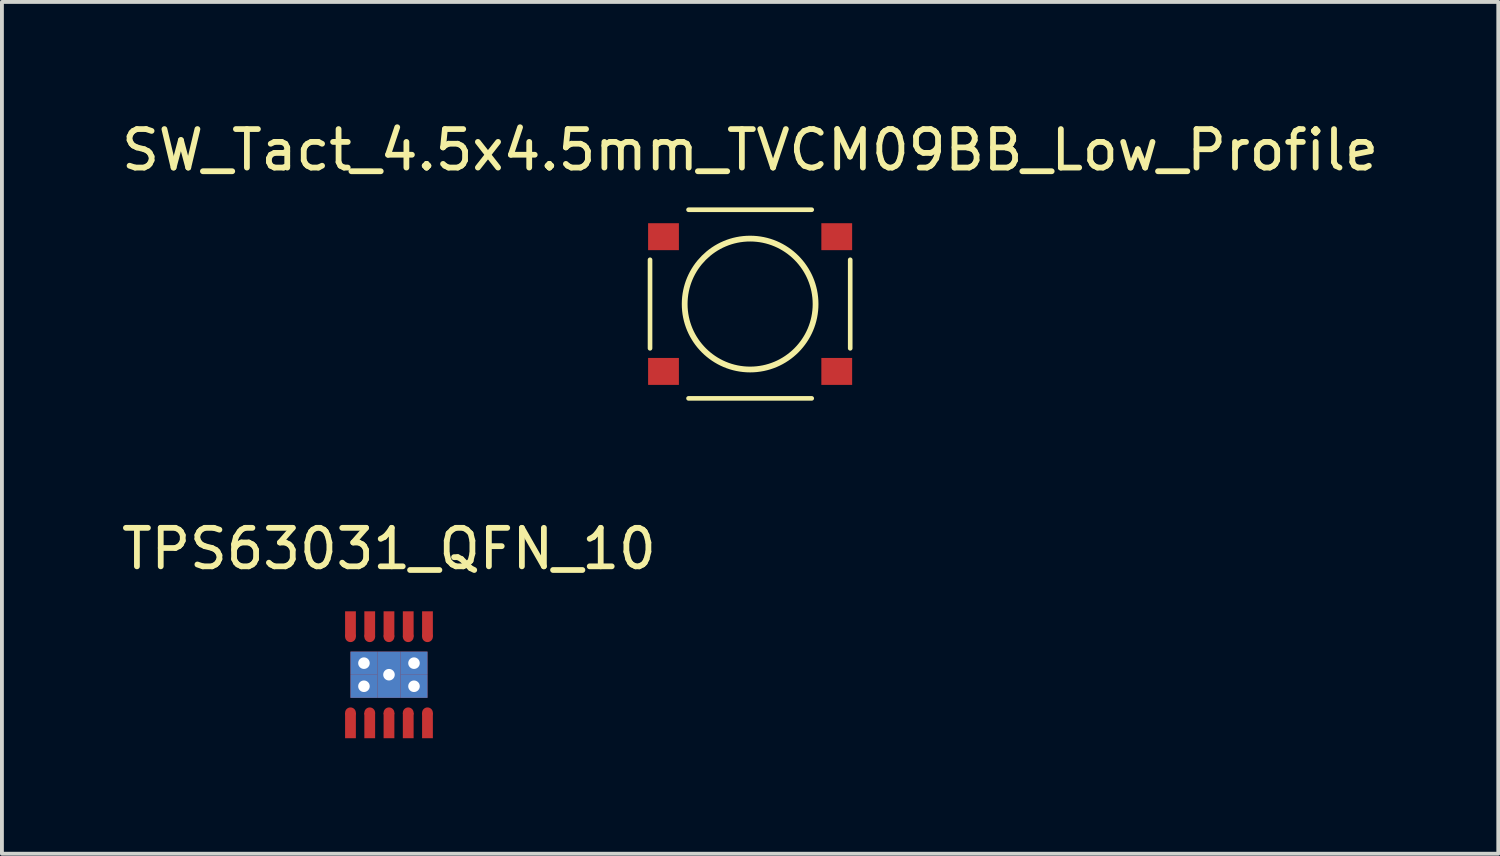
<source format=kicad_pcb>
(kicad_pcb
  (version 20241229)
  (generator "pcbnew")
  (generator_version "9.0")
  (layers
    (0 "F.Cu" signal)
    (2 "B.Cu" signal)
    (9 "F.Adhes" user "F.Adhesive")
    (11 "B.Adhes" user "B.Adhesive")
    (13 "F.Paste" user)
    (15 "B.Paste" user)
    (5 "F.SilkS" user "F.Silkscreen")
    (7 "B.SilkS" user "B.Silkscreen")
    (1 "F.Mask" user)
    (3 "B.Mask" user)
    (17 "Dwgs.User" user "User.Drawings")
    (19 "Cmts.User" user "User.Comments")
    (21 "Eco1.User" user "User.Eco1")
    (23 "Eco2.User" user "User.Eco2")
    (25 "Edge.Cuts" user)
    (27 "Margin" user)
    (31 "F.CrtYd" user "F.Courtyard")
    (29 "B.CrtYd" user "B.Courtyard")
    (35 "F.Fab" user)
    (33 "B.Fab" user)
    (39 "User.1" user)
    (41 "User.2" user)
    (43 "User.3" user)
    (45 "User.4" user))
  (footprint "TPS63031_QFN_10"
    (layer "F.Cu")
    (at 7.054 14.476)
    (property "Reference" "TPS63031_QFN_10" (at 0 -3.27 0) (layer "F.SilkS") (effects (font (size 1 1) (thickness 0.15))))
    (attr through_hole)
    (pad "" smd circle (at -1 -0.987 180) (size 0.28 0.28) (layers "F.Cu" "F.Mask" "F.Paste"))
    (pad "" smd circle (at -1 0.99) (size 0.28 0.28) (layers "F.Cu" "F.Mask" "F.Paste"))
    (pad "" smd circle (at -0.5 -0.987 180) (size 0.28 0.28) (layers "F.Cu" "F.Mask" "F.Paste"))
    (pad "" smd circle (at -0.5 0.99) (size 0.28 0.28) (layers "F.Cu" "F.Mask" "F.Paste"))
    (pad "" smd circle (at -0.000334 -0.987 180) (size 0.28 0.28) (layers "F.Cu" "F.Mask" "F.Paste"))
    (pad "" smd circle (at 0 0.99) (size 0.28 0.28) (layers "F.Cu" "F.Mask" "F.Paste"))
    (pad "" smd circle (at 0.5 -0.987 180) (size 0.28 0.28) (layers "F.Cu" "F.Mask" "F.Paste"))
    (pad "" smd circle (at 0.5 0.99) (size 0.28 0.28) (layers "F.Cu" "F.Mask" "F.Paste"))
    (pad "" smd circle (at 1 -0.987 180) (size 0.28 0.28) (layers "F.Cu" "F.Mask" "F.Paste"))
    (pad "" smd circle (at 1 0.99) (size 0.28 0.28) (layers "F.Cu" "F.Mask" "F.Paste"))
    (pad "1" smd rect (at -1 -1.317 180) (size 0.28 0.66) (layers "F.Cu" "F.Mask" "F.Paste"))
    (pad "2" smd rect (at -0.5 -1.317 180) (size 0.28 0.66) (layers "F.Cu" "F.Mask" "F.Paste"))
    (pad "3" smd rect (at -0.000334 -1.317 180) (size 0.28 0.66) (layers "F.Cu" "F.Mask" "F.Paste"))
    (pad "4" smd rect (at 0.5 -1.317 180) (size 0.28 0.66) (layers "F.Cu" "F.Mask" "F.Paste"))
    (pad "5" smd rect (at 1 -1.317 180) (size 0.28 0.66) (layers "F.Cu" "F.Mask" "F.Paste"))
    (pad "6" smd rect (at 1 1.32) (size 0.28 0.66) (layers "F.Cu" "F.Mask" "F.Paste"))
    (pad "7" smd rect (at 0.5 1.32) (size 0.28 0.66) (layers "F.Cu" "F.Mask" "F.Paste"))
    (pad "8" smd rect (at 0 1.32) (size 0.28 0.66) (layers "F.Cu" "F.Mask" "F.Paste"))
    (pad "9" thru_hole rect (at -0.65 -0.3) (size 0.7 0.6) (drill 0.3) (layers "*.Cu" "*.Mask"))
    (pad "9" thru_hole rect (at -0.65 0.3) (size 0.7 0.6) (drill 0.3) (layers "*.Cu" "*.Mask"))
    (pad "9" smd rect (at -0.5 1.32) (size 0.28 0.66) (layers "F.Cu" "F.Mask" "F.Paste"))
    (pad "9" thru_hole rect (at 0 0) (size 0.6 1.2) (drill 0.3) (layers "*.Cu" "*.Mask"))
    (pad "9" thru_hole rect (at 0.65 -0.3) (size 0.7 0.6) (drill 0.3) (layers "*.Cu" "*.Mask"))
    (pad "9" thru_hole rect (at 0.65 0.3) (size 0.7 0.6) (drill 0.3) (layers "*.Cu" "*.Mask"))
    (pad "10" smd rect (at -1 1.32) (size 0.28 0.66) (layers "F.Cu" "F.Mask" "F.Paste")))
  (footprint "SW_Tact_4.5x4.5mm_TVCM09BB_Low_Profile"
    (layer "F.Cu")
    (at 16.435 4.848)
    (property "Reference" "SW_Tact_4.5x4.5mm_TVCM09BB_Low_Profile" (at 0 -4 0) (layer "F.SilkS") (effects (font (size 1 1) (thickness 0.15))))
    (attr smd)
    (fp_line (start -2.6 -1.15) (end -2.6 1.15) (stroke (width 0.12) (type solid)) (layer "F.SilkS"))
    (fp_line (start -1.6 -2.45) (end 1.6 -2.45) (stroke (width 0.12) (type solid)) (layer "F.SilkS"))
    (fp_line (start -1.6 2.45) (end 1.6 2.45) (stroke (width 0.12) (type solid)) (layer "F.SilkS"))
    (fp_line (start 2.6 -1.15) (end 2.6 1.15) (stroke (width 0.12) (type solid)) (layer "F.SilkS"))
    (fp_circle (center 0 0) (end 0 -1.7) (stroke (width 0.15) (type solid)) (fill no) (layer "F.SilkS"))
    (pad "1" smd rect (at -2.25 -1.75) (size 0.8 0.7) (layers "F.Cu" "F.Mask" "F.Paste"))
    (pad "1" smd rect (at 2.25 -1.75) (size 0.8 0.7) (layers "F.Cu" "F.Mask" "F.Paste"))
    (pad "2" smd rect (at -2.25 1.75) (size 0.8 0.7) (layers "F.Cu" "F.Mask" "F.Paste"))
    (pad "2" smd rect (at 2.25 1.75) (size 0.8 0.7) (layers "F.Cu" "F.Mask" "F.Paste")))
  (gr_rect
    (start -3 -3)
    (end 35.869 19.127)
    (stroke (width 0.1) (type default))
    (fill no)
    (layer "Edge.Cuts")))
</source>
